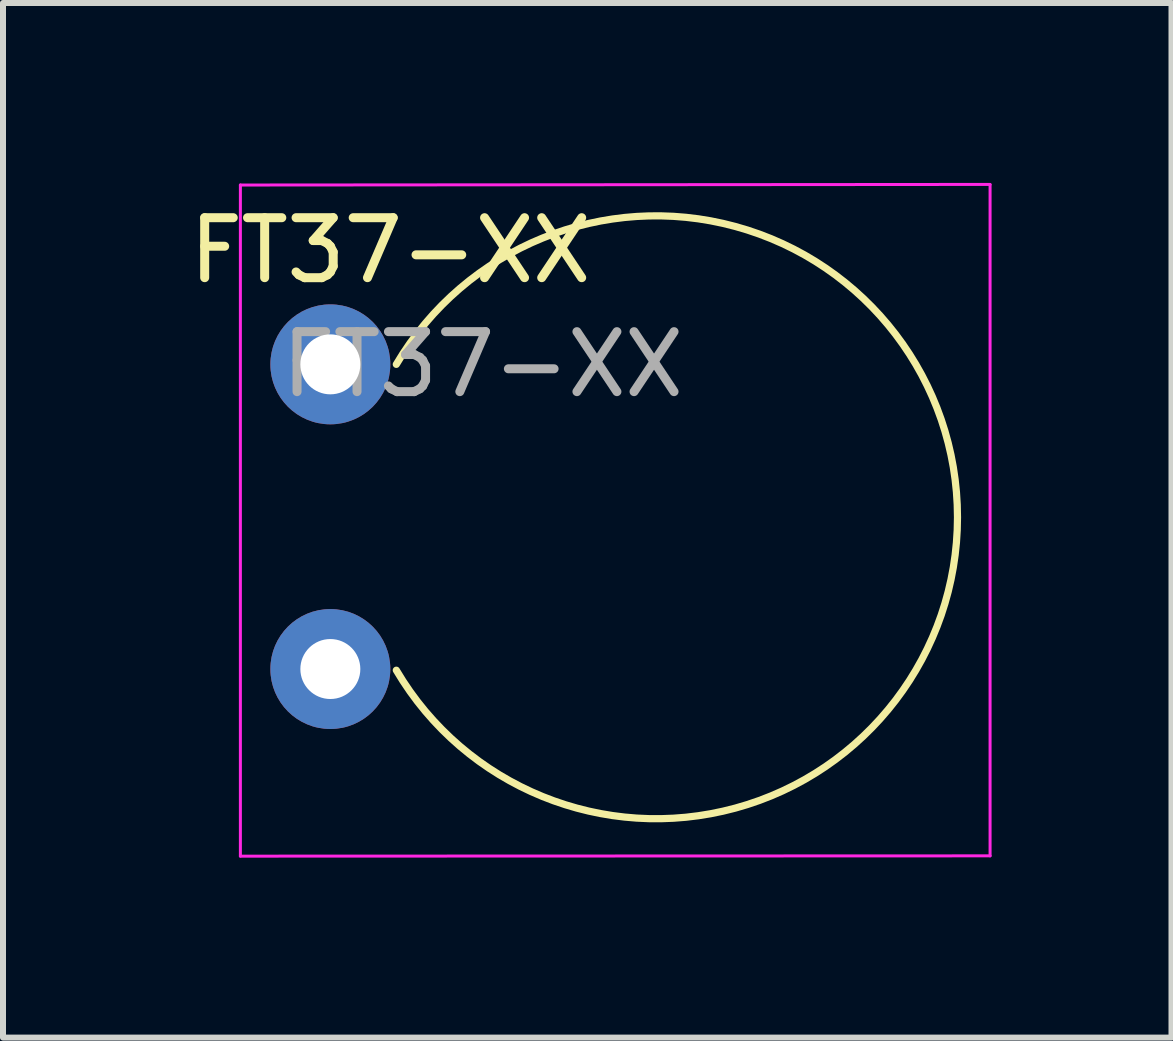
<source format=kicad_pcb>
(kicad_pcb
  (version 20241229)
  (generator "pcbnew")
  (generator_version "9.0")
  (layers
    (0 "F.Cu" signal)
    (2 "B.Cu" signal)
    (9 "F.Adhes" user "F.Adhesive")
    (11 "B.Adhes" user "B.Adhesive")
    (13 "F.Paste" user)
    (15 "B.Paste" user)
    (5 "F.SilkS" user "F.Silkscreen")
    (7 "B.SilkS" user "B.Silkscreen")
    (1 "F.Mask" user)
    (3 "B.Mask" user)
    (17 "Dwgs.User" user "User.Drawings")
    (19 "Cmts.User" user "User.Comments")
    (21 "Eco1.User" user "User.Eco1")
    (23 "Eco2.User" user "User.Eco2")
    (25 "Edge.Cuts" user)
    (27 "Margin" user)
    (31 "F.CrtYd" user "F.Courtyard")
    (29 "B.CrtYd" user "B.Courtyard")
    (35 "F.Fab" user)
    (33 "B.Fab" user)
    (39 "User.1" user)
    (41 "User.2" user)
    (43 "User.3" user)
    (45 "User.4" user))
  (footprint "FT37-XX"
    (layer "F.Cu")
    (at 2.458 3.025)
    (property "Reference" "FT37-XX" (at 1 -1.9 0) (layer "F.SilkS") (effects (font (size 1 1) (thickness 0.15))))
    (attr through_hole)
    (fp_arc (start 1.1 0) (mid 10.456624 2.55) (end 1.1 5.1) (stroke (width 0.12) (type solid)) (layer "F.SilkS"))
    (fp_line (start -1.5 8.2) (end -1.5 -2.99) (stroke (width 0.05) (type solid)) (layer "F.CrtYd"))
    (fp_line (start 11 -3) (end -1.5 -2.99) (stroke (width 0.05) (type solid)) (layer "F.CrtYd"))
    (fp_line (start 11 8.195) (end -1.5 8.2) (stroke (width 0.05) (type solid)) (layer "F.CrtYd"))
    (fp_line (start 11 8.195) (end 11 -2.995) (stroke (width 0.05) (type solid)) (layer "F.CrtYd"))
    (fp_text user "${REFERENCE}" (at 2.54 0 0) (layer "F.Fab") (effects (font (size 1 1) (thickness 0.15))))
    (pad "1" thru_hole circle (at 0 0) (size 2 2) (drill 1) (layers "*.Cu" "*.Mask"))
    (pad "2" thru_hole circle (at 0 5.08) (size 2 2) (drill 1) (layers "*.Cu" "*.Mask")))
  (gr_rect
    (start -3 -3)
    (end 16.483 14.25)
    (stroke (width 0.1) (type default))
    (fill no)
    (layer "Edge.Cuts")))
</source>
